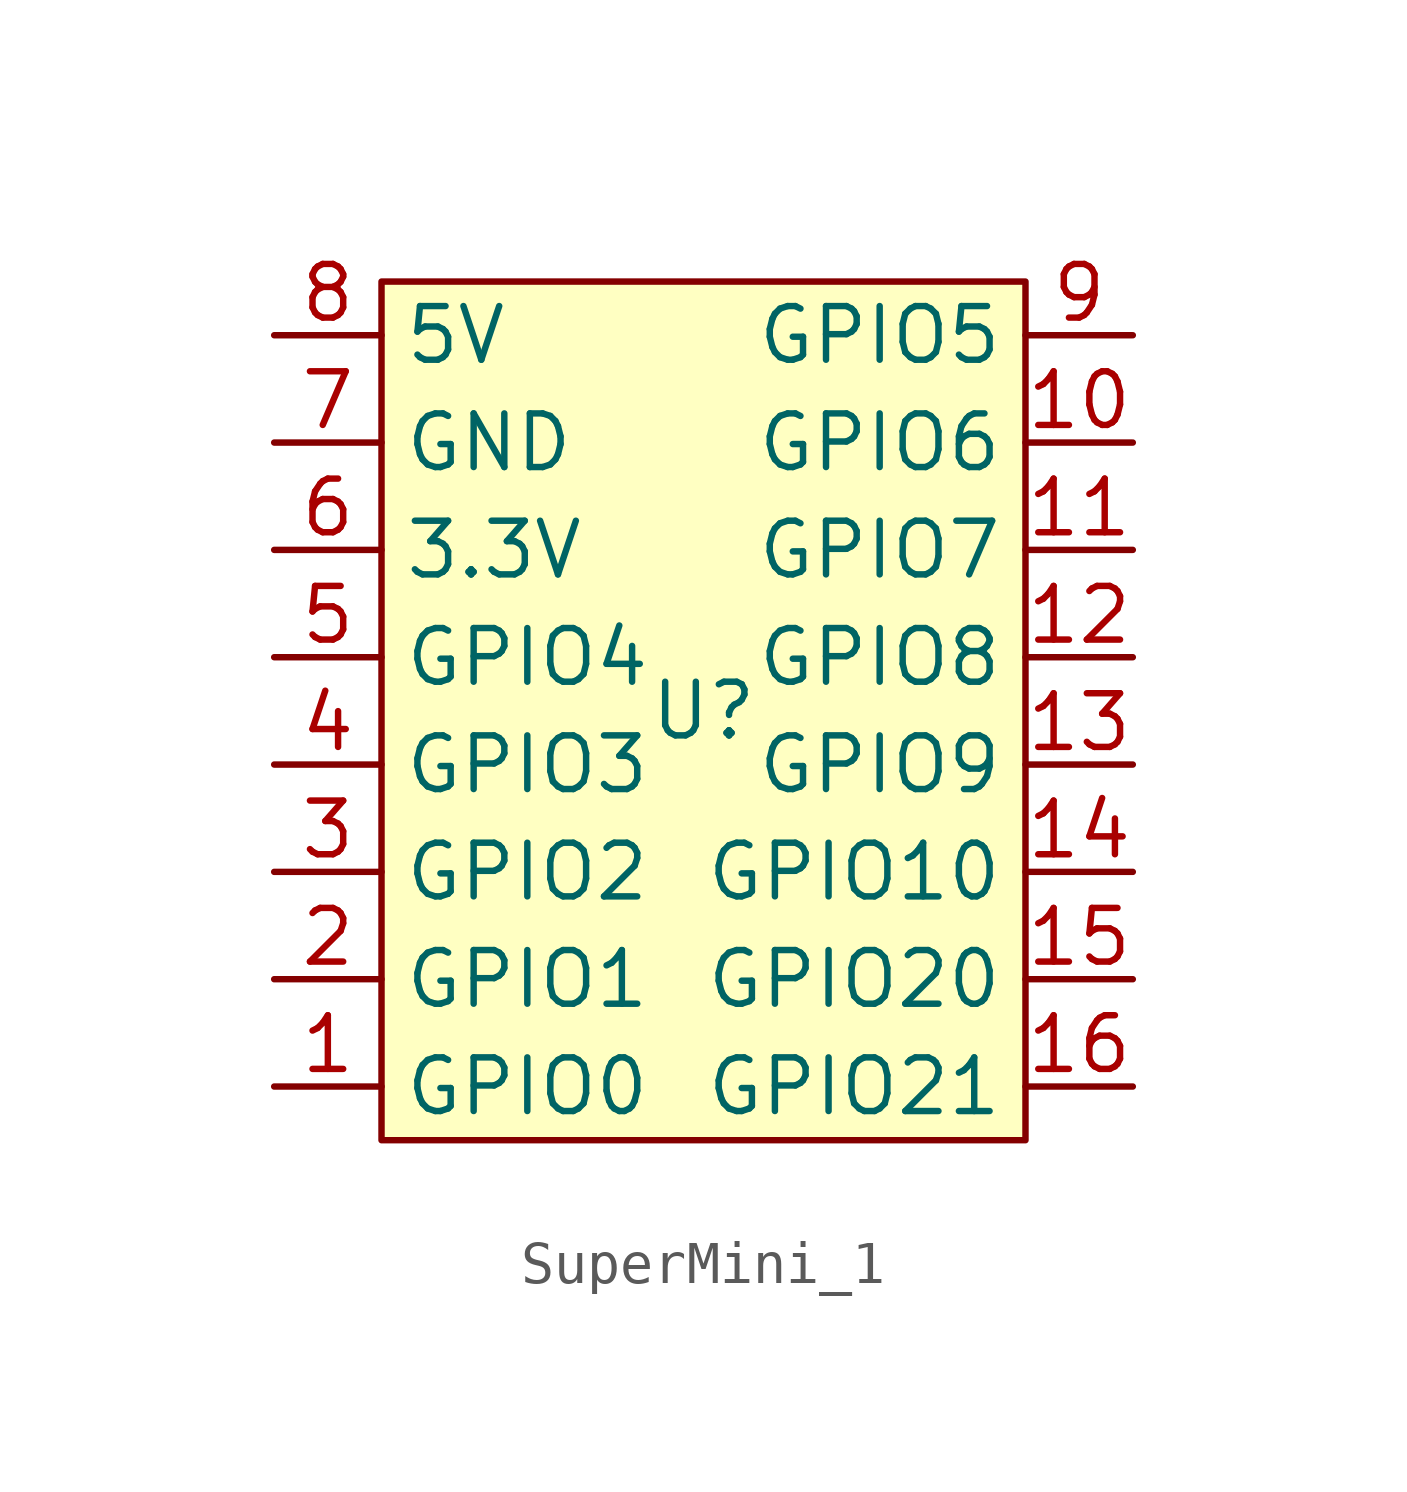
<source format=kicad_sym>
(kicad_symbol_lib
  (version 20241209)
  (generator "kicad_symbol_editor")
  (generator_version "9.0")
  (symbol "SuperMini_1"
    (property "Reference" "U"
      (at 0 0 0)
      (effects (font (size 1.27 1.27))))
    (property "Value" ""
      (at 0 0 0)
      (effects (font (size 1.27 1.27))))
    (symbol "SuperMini_1_1_1"
      (rectangle (start -7.62 10.16) (end 7.62 -10.16) (stroke (width 0) (type solid)) (fill (type background)))
      (pin input line (at -10.16 8.89 0) (length 2.54) (name "5V" (effects (font (size 1.27 1.27)))) (number "8" (effects (font (size 1.27 1.27)))))
      (pin input line (at -10.16 6.35 0) (length 2.54) (name "GND" (effects (font (size 1.27 1.27)))) (number "7" (effects (font (size 1.27 1.27)))))
      (pin power_out line (at -10.16 3.81 0) (length 2.54) (name "3.3V" (effects (font (size 1.27 1.27)))) (number "6" (effects (font (size 1.27 1.27)))))
      (pin bidirectional line (at -10.16 1.27 0) (length 2.54) (name "GPIO4" (effects (font (size 1.27 1.27)))) (number "5" (effects (font (size 1.27 1.27)))))
      (pin bidirectional line (at -10.16 -1.27 0) (length 2.54) (name "GPIO3" (effects (font (size 1.27 1.27)))) (number "4" (effects (font (size 1.27 1.27)))))
      (pin bidirectional line (at -10.16 -3.81 0) (length 2.54) (name "GPIO2" (effects (font (size 1.27 1.27)))) (number "3" (effects (font (size 1.27 1.27)))))
      (pin bidirectional line (at -10.16 -6.35 0) (length 2.54) (name "GPIO1" (effects (font (size 1.27 1.27)))) (number "2" (effects (font (size 1.27 1.27)))))
      (pin bidirectional line (at -10.16 -8.89 0) (length 2.54) (name "GPIO0" (effects (font (size 1.27 1.27)))) (number "1" (effects (font (size 1.27 1.27)))))
      (pin bidirectional line (at 10.16 8.89 180) (length 2.54) (name "GPIO5" (effects (font (size 1.27 1.27)))) (number "9" (effects (font (size 1.27 1.27)))))
      (pin bidirectional line (at 10.16 6.35 180) (length 2.54) (name "GPIO6" (effects (font (size 1.27 1.27)))) (number "10" (effects (font (size 1.27 1.27)))))
      (pin bidirectional line (at 10.16 3.81 180) (length 2.54) (name "GPIO7" (effects (font (size 1.27 1.27)))) (number "11" (effects (font (size 1.27 1.27)))))
      (pin bidirectional line (at 10.16 1.27 180) (length 2.54) (name "GPIO8" (effects (font (size 1.27 1.27)))) (number "12" (effects (font (size 1.27 1.27)))))
      (pin bidirectional line (at 10.16 -1.27 180) (length 2.54) (name "GPIO9" (effects (font (size 1.27 1.27)))) (number "13" (effects (font (size 1.27 1.27)))))
      (pin bidirectional line (at 10.16 -3.81 180) (length 2.54) (name "GPIO10" (effects (font (size 1.27 1.27)))) (number "14" (effects (font (size 1.27 1.27)))))
      (pin bidirectional line (at 10.16 -6.35 180) (length 2.54) (name "GPIO20" (effects (font (size 1.27 1.27)))) (number "15" (effects (font (size 1.27 1.27)))))
      (pin bidirectional line (at 10.16 -8.89 180) (length 2.54) (name "GPIO21" (effects (font (size 1.27 1.27)))) (number "16" (effects (font (size 1.27 1.27))))))))
</source>
